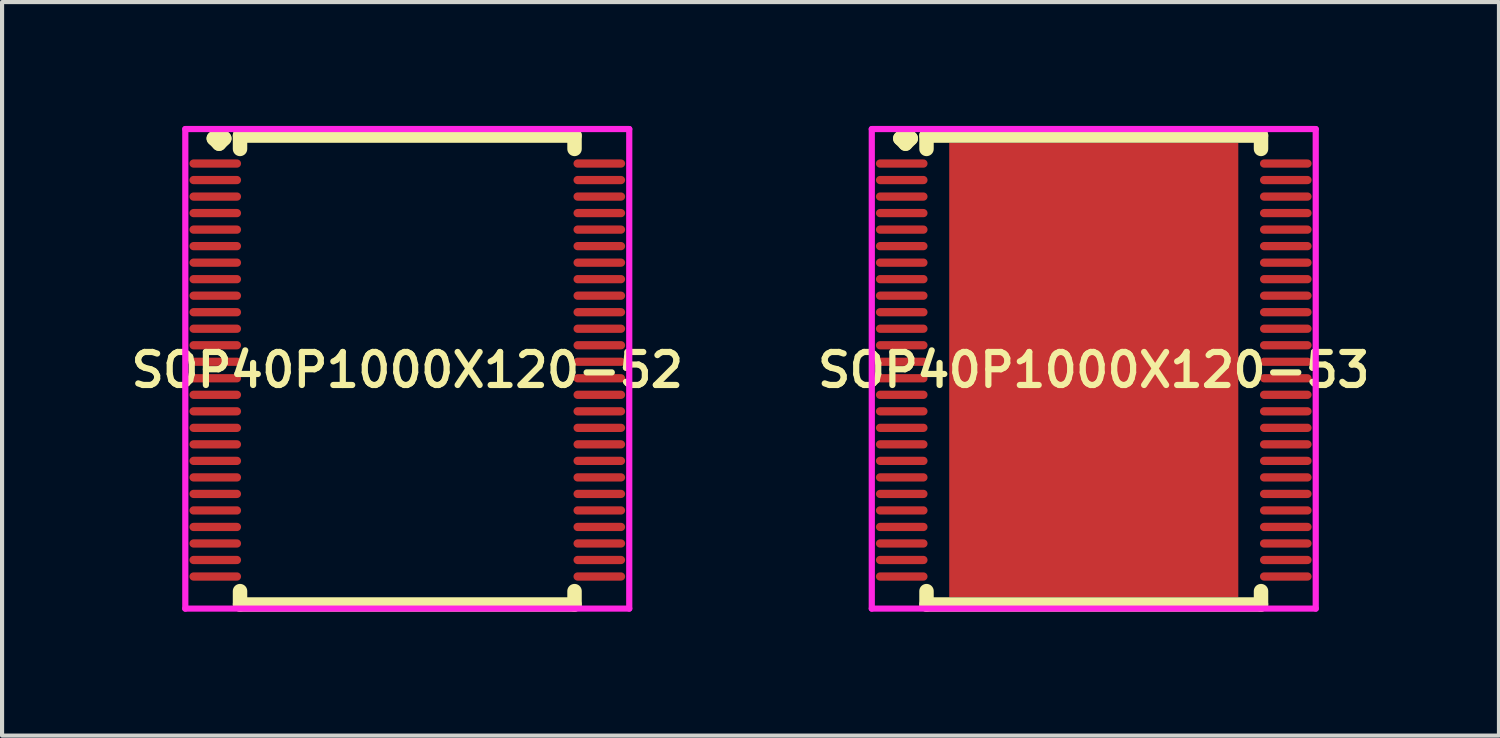
<source format=kicad_pcb>
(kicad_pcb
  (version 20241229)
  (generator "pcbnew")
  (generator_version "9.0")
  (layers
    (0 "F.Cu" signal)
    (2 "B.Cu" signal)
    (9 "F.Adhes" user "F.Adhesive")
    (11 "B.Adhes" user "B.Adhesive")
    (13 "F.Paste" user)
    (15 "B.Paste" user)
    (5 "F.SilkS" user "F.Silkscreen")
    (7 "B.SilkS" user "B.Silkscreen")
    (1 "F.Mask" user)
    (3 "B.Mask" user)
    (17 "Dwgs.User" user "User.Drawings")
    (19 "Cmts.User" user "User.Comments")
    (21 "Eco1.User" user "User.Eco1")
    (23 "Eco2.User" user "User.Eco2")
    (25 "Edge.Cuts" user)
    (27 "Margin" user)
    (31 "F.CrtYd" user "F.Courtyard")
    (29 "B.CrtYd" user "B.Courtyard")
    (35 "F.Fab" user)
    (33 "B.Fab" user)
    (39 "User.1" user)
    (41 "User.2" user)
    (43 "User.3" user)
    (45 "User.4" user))
  (footprint "SOP40P1000X120-53"
    (layer "F.Cu")
    (at 23.435 5.91)
    (property "Reference" "SOP40P1000X120-53" (at 0 0 0) (layer "F.SilkS") (effects (font (size 0.8 0.8) (thickness 0.15))))
    (attr smd)
    (fp_line (start -4.685 -5.608) (end -4.558 -5.735) (stroke (width 0.35) (type solid)) (layer "F.SilkS"))
    (fp_line (start -4.558 -5.735) (end -4.431 -5.608) (stroke (width 0.35) (type solid)) (layer "F.SilkS"))
    (fp_line (start -4.558 -5.481) (end -4.685 -5.608) (stroke (width 0.35) (type solid)) (layer "F.SilkS"))
    (fp_line (start -4.431 -5.608) (end -4.558 -5.481) (stroke (width 0.35) (type solid)) (layer "F.SilkS"))
    (fp_line (start -4.05 -5.677) (end 4.05 -5.677) (stroke (width 0.35) (type solid)) (layer "F.SilkS"))
    (fp_line (start -4.05 -5.354) (end -4.05 -5.677) (stroke (width 0.35) (type solid)) (layer "F.SilkS"))
    (fp_line (start -4.05 5.354) (end -4.05 5.677) (stroke (width 0.35) (type solid)) (layer "F.SilkS"))
    (fp_line (start -4.05 5.677) (end 4.05 5.677) (stroke (width 0.35) (type solid)) (layer "F.SilkS"))
    (fp_line (start 4.05 -5.677) (end 4.05 -5.354) (stroke (width 0.35) (type solid)) (layer "F.SilkS"))
    (fp_line (start 4.05 5.677) (end 4.05 5.354) (stroke (width 0.35) (type solid)) (layer "F.SilkS"))
    (fp_line (start -5.375 -5.835) (end 5.375 -5.835) (stroke (width 0.15) (type solid)) (layer "F.CrtYd"))
    (fp_line (start -5.375 5.777) (end -5.375 -5.835) (stroke (width 0.15) (type solid)) (layer "F.CrtYd"))
    (fp_line (start 5.375 -5.835) (end 5.375 5.777) (stroke (width 0.15) (type solid)) (layer "F.CrtYd"))
    (fp_line (start 5.375 5.777) (end -5.375 5.777) (stroke (width 0.15) (type solid)) (layer "F.CrtYd"))
    (pad "1" smd oval (at -4.65 -5) (size 1.25 0.2) (layers "F.Cu" "F.Mask" "F.Paste"))
    (pad "2" smd oval (at -4.65 -4.6) (size 1.25 0.2) (layers "F.Cu" "F.Mask" "F.Paste"))
    (pad "3" smd oval (at -4.65 -4.2) (size 1.25 0.2) (layers "F.Cu" "F.Mask" "F.Paste"))
    (pad "4" smd oval (at -4.65 -3.8) (size 1.25 0.2) (layers "F.Cu" "F.Mask" "F.Paste"))
    (pad "5" smd oval (at -4.65 -3.4) (size 1.25 0.2) (layers "F.Cu" "F.Mask" "F.Paste"))
    (pad "6" smd oval (at -4.65 -3) (size 1.25 0.2) (layers "F.Cu" "F.Mask" "F.Paste"))
    (pad "7" smd oval (at -4.65 -2.6) (size 1.25 0.2) (layers "F.Cu" "F.Mask" "F.Paste"))
    (pad "8" smd oval (at -4.65 -2.2) (size 1.25 0.2) (layers "F.Cu" "F.Mask" "F.Paste"))
    (pad "9" smd oval (at -4.65 -1.8) (size 1.25 0.2) (layers "F.Cu" "F.Mask" "F.Paste"))
    (pad "10" smd oval (at -4.65 -1.4) (size 1.25 0.2) (layers "F.Cu" "F.Mask" "F.Paste"))
    (pad "11" smd oval (at -4.65 -1) (size 1.25 0.2) (layers "F.Cu" "F.Mask" "F.Paste"))
    (pad "12" smd oval (at -4.65 -0.6) (size 1.25 0.2) (layers "F.Cu" "F.Mask" "F.Paste"))
    (pad "13" smd oval (at -4.65 -0.2) (size 1.25 0.2) (layers "F.Cu" "F.Mask" "F.Paste"))
    (pad "14" smd oval (at -4.65 0.2) (size 1.25 0.2) (layers "F.Cu" "F.Mask" "F.Paste"))
    (pad "15" smd oval (at -4.65 0.6) (size 1.25 0.2) (layers "F.Cu" "F.Mask" "F.Paste"))
    (pad "16" smd oval (at -4.65 1) (size 1.25 0.2) (layers "F.Cu" "F.Mask" "F.Paste"))
    (pad "17" smd oval (at -4.65 1.4) (size 1.25 0.2) (layers "F.Cu" "F.Mask" "F.Paste"))
    (pad "18" smd oval (at -4.65 1.8) (size 1.25 0.2) (layers "F.Cu" "F.Mask" "F.Paste"))
    (pad "19" smd oval (at -4.65 2.2) (size 1.25 0.2) (layers "F.Cu" "F.Mask" "F.Paste"))
    (pad "20" smd oval (at -4.65 2.6) (size 1.25 0.2) (layers "F.Cu" "F.Mask" "F.Paste"))
    (pad "21" smd oval (at -4.65 3) (size 1.25 0.2) (layers "F.Cu" "F.Mask" "F.Paste"))
    (pad "22" smd oval (at -4.65 3.4) (size 1.25 0.2) (layers "F.Cu" "F.Mask" "F.Paste"))
    (pad "23" smd oval (at -4.65 3.8) (size 1.25 0.2) (layers "F.Cu" "F.Mask" "F.Paste"))
    (pad "24" smd oval (at -4.65 4.2) (size 1.25 0.2) (layers "F.Cu" "F.Mask" "F.Paste"))
    (pad "25" smd oval (at -4.65 4.6) (size 1.25 0.2) (layers "F.Cu" "F.Mask" "F.Paste"))
    (pad "26" smd oval (at -4.65 5) (size 1.25 0.2) (layers "F.Cu" "F.Mask" "F.Paste"))
    (pad "27" smd oval (at 4.65 5) (size 1.25 0.2) (layers "F.Cu" "F.Mask" "F.Paste"))
    (pad "28" smd oval (at 4.65 4.6) (size 1.25 0.2) (layers "F.Cu" "F.Mask" "F.Paste"))
    (pad "29" smd oval (at 4.65 4.2) (size 1.25 0.2) (layers "F.Cu" "F.Mask" "F.Paste"))
    (pad "30" smd oval (at 4.65 3.8) (size 1.25 0.2) (layers "F.Cu" "F.Mask" "F.Paste"))
    (pad "31" smd oval (at 4.65 3.4) (size 1.25 0.2) (layers "F.Cu" "F.Mask" "F.Paste"))
    (pad "32" smd oval (at 4.65 3) (size 1.25 0.2) (layers "F.Cu" "F.Mask" "F.Paste"))
    (pad "33" smd oval (at 4.65 2.6) (size 1.25 0.2) (layers "F.Cu" "F.Mask" "F.Paste"))
    (pad "34" smd oval (at 4.65 2.2) (size 1.25 0.2) (layers "F.Cu" "F.Mask" "F.Paste"))
    (pad "35" smd oval (at 4.65 1.8) (size 1.25 0.2) (layers "F.Cu" "F.Mask" "F.Paste"))
    (pad "36" smd oval (at 4.65 1.4) (size 1.25 0.2) (layers "F.Cu" "F.Mask" "F.Paste"))
    (pad "37" smd oval (at 4.65 1) (size 1.25 0.2) (layers "F.Cu" "F.Mask" "F.Paste"))
    (pad "38" smd oval (at 4.65 0.6) (size 1.25 0.2) (layers "F.Cu" "F.Mask" "F.Paste"))
    (pad "39" smd oval (at 4.65 0.2) (size 1.25 0.2) (layers "F.Cu" "F.Mask" "F.Paste"))
    (pad "40" smd oval (at 4.65 -0.2) (size 1.25 0.2) (layers "F.Cu" "F.Mask" "F.Paste"))
    (pad "41" smd oval (at 4.65 -0.6) (size 1.25 0.2) (layers "F.Cu" "F.Mask" "F.Paste"))
    (pad "42" smd oval (at 4.65 -1) (size 1.25 0.2) (layers "F.Cu" "F.Mask" "F.Paste"))
    (pad "43" smd oval (at 4.65 -1.4) (size 1.25 0.2) (layers "F.Cu" "F.Mask" "F.Paste"))
    (pad "44" smd oval (at 4.65 -1.8) (size 1.25 0.2) (layers "F.Cu" "F.Mask" "F.Paste"))
    (pad "45" smd oval (at 4.65 -2.2) (size 1.25 0.2) (layers "F.Cu" "F.Mask" "F.Paste"))
    (pad "46" smd oval (at 4.65 -2.6) (size 1.25 0.2) (layers "F.Cu" "F.Mask" "F.Paste"))
    (pad "47" smd oval (at 4.65 -3) (size 1.25 0.2) (layers "F.Cu" "F.Mask" "F.Paste"))
    (pad "48" smd oval (at 4.65 -3.4) (size 1.25 0.2) (layers "F.Cu" "F.Mask" "F.Paste"))
    (pad "49" smd oval (at 4.65 -3.8) (size 1.25 0.2) (layers "F.Cu" "F.Mask" "F.Paste"))
    (pad "50" smd oval (at 4.65 -4.2) (size 1.25 0.2) (layers "F.Cu" "F.Mask" "F.Paste"))
    (pad "51" smd oval (at 4.65 -4.6) (size 1.25 0.2) (layers "F.Cu" "F.Mask" "F.Paste"))
    (pad "52" smd oval (at 4.65 -5) (size 1.25 0.2) (layers "F.Cu" "F.Mask" "F.Paste"))
    (pad "53" smd rect (at 0 0) (size 7 11) (layers "F.Cu" "F.Mask" "F.Paste")))
  (footprint "SOP40P1000X120-52"
    (layer "F.Cu")
    (at 6.812 5.91)
    (property "Reference" "SOP40P1000X120-52" (at 0 0 0) (layer "F.SilkS") (effects (font (size 0.8 0.8) (thickness 0.15))))
    (attr smd)
    (fp_line (start -4.685 -5.608) (end -4.558 -5.735) (stroke (width 0.35) (type solid)) (layer "F.SilkS"))
    (fp_line (start -4.558 -5.735) (end -4.431 -5.608) (stroke (width 0.35) (type solid)) (layer "F.SilkS"))
    (fp_line (start -4.558 -5.481) (end -4.685 -5.608) (stroke (width 0.35) (type solid)) (layer "F.SilkS"))
    (fp_line (start -4.431 -5.608) (end -4.558 -5.481) (stroke (width 0.35) (type solid)) (layer "F.SilkS"))
    (fp_line (start -4.05 -5.677) (end 4.05 -5.677) (stroke (width 0.35) (type solid)) (layer "F.SilkS"))
    (fp_line (start -4.05 -5.354) (end -4.05 -5.677) (stroke (width 0.35) (type solid)) (layer "F.SilkS"))
    (fp_line (start -4.05 5.354) (end -4.05 5.677) (stroke (width 0.35) (type solid)) (layer "F.SilkS"))
    (fp_line (start -4.05 5.677) (end 4.05 5.677) (stroke (width 0.35) (type solid)) (layer "F.SilkS"))
    (fp_line (start 4.05 -5.677) (end 4.05 -5.354) (stroke (width 0.35) (type solid)) (layer "F.SilkS"))
    (fp_line (start 4.05 5.677) (end 4.05 5.354) (stroke (width 0.35) (type solid)) (layer "F.SilkS"))
    (fp_line (start -5.375 -5.835) (end 5.375 -5.835) (stroke (width 0.15) (type solid)) (layer "F.CrtYd"))
    (fp_line (start -5.375 5.777) (end -5.375 -5.835) (stroke (width 0.15) (type solid)) (layer "F.CrtYd"))
    (fp_line (start 5.375 -5.835) (end 5.375 5.777) (stroke (width 0.15) (type solid)) (layer "F.CrtYd"))
    (fp_line (start 5.375 5.777) (end -5.375 5.777) (stroke (width 0.15) (type solid)) (layer "F.CrtYd"))
    (pad "1" smd oval (at -4.65 -5) (size 1.25 0.2) (layers "F.Cu" "F.Mask" "F.Paste"))
    (pad "2" smd oval (at -4.65 -4.6) (size 1.25 0.2) (layers "F.Cu" "F.Mask" "F.Paste"))
    (pad "3" smd oval (at -4.65 -4.2) (size 1.25 0.2) (layers "F.Cu" "F.Mask" "F.Paste"))
    (pad "4" smd oval (at -4.65 -3.8) (size 1.25 0.2) (layers "F.Cu" "F.Mask" "F.Paste"))
    (pad "5" smd oval (at -4.65 -3.4) (size 1.25 0.2) (layers "F.Cu" "F.Mask" "F.Paste"))
    (pad "6" smd oval (at -4.65 -3) (size 1.25 0.2) (layers "F.Cu" "F.Mask" "F.Paste"))
    (pad "7" smd oval (at -4.65 -2.6) (size 1.25 0.2) (layers "F.Cu" "F.Mask" "F.Paste"))
    (pad "8" smd oval (at -4.65 -2.2) (size 1.25 0.2) (layers "F.Cu" "F.Mask" "F.Paste"))
    (pad "9" smd oval (at -4.65 -1.8) (size 1.25 0.2) (layers "F.Cu" "F.Mask" "F.Paste"))
    (pad "10" smd oval (at -4.65 -1.4) (size 1.25 0.2) (layers "F.Cu" "F.Mask" "F.Paste"))
    (pad "11" smd oval (at -4.65 -1) (size 1.25 0.2) (layers "F.Cu" "F.Mask" "F.Paste"))
    (pad "12" smd oval (at -4.65 -0.6) (size 1.25 0.2) (layers "F.Cu" "F.Mask" "F.Paste"))
    (pad "13" smd oval (at -4.65 -0.2) (size 1.25 0.2) (layers "F.Cu" "F.Mask" "F.Paste"))
    (pad "14" smd oval (at -4.65 0.2) (size 1.25 0.2) (layers "F.Cu" "F.Mask" "F.Paste"))
    (pad "15" smd oval (at -4.65 0.6) (size 1.25 0.2) (layers "F.Cu" "F.Mask" "F.Paste"))
    (pad "16" smd oval (at -4.65 1) (size 1.25 0.2) (layers "F.Cu" "F.Mask" "F.Paste"))
    (pad "17" smd oval (at -4.65 1.4) (size 1.25 0.2) (layers "F.Cu" "F.Mask" "F.Paste"))
    (pad "18" smd oval (at -4.65 1.8) (size 1.25 0.2) (layers "F.Cu" "F.Mask" "F.Paste"))
    (pad "19" smd oval (at -4.65 2.2) (size 1.25 0.2) (layers "F.Cu" "F.Mask" "F.Paste"))
    (pad "20" smd oval (at -4.65 2.6) (size 1.25 0.2) (layers "F.Cu" "F.Mask" "F.Paste"))
    (pad "21" smd oval (at -4.65 3) (size 1.25 0.2) (layers "F.Cu" "F.Mask" "F.Paste"))
    (pad "22" smd oval (at -4.65 3.4) (size 1.25 0.2) (layers "F.Cu" "F.Mask" "F.Paste"))
    (pad "23" smd oval (at -4.65 3.8) (size 1.25 0.2) (layers "F.Cu" "F.Mask" "F.Paste"))
    (pad "24" smd oval (at -4.65 4.2) (size 1.25 0.2) (layers "F.Cu" "F.Mask" "F.Paste"))
    (pad "25" smd oval (at -4.65 4.6) (size 1.25 0.2) (layers "F.Cu" "F.Mask" "F.Paste"))
    (pad "26" smd oval (at -4.65 5) (size 1.25 0.2) (layers "F.Cu" "F.Mask" "F.Paste"))
    (pad "27" smd oval (at 4.65 5) (size 1.25 0.2) (layers "F.Cu" "F.Mask" "F.Paste"))
    (pad "28" smd oval (at 4.65 4.6) (size 1.25 0.2) (layers "F.Cu" "F.Mask" "F.Paste"))
    (pad "29" smd oval (at 4.65 4.2) (size 1.25 0.2) (layers "F.Cu" "F.Mask" "F.Paste"))
    (pad "30" smd oval (at 4.65 3.8) (size 1.25 0.2) (layers "F.Cu" "F.Mask" "F.Paste"))
    (pad "31" smd oval (at 4.65 3.4) (size 1.25 0.2) (layers "F.Cu" "F.Mask" "F.Paste"))
    (pad "32" smd oval (at 4.65 3) (size 1.25 0.2) (layers "F.Cu" "F.Mask" "F.Paste"))
    (pad "33" smd oval (at 4.65 2.6) (size 1.25 0.2) (layers "F.Cu" "F.Mask" "F.Paste"))
    (pad "34" smd oval (at 4.65 2.2) (size 1.25 0.2) (layers "F.Cu" "F.Mask" "F.Paste"))
    (pad "35" smd oval (at 4.65 1.8) (size 1.25 0.2) (layers "F.Cu" "F.Mask" "F.Paste"))
    (pad "36" smd oval (at 4.65 1.4) (size 1.25 0.2) (layers "F.Cu" "F.Mask" "F.Paste"))
    (pad "37" smd oval (at 4.65 1) (size 1.25 0.2) (layers "F.Cu" "F.Mask" "F.Paste"))
    (pad "38" smd oval (at 4.65 0.6) (size 1.25 0.2) (layers "F.Cu" "F.Mask" "F.Paste"))
    (pad "39" smd oval (at 4.65 0.2) (size 1.25 0.2) (layers "F.Cu" "F.Mask" "F.Paste"))
    (pad "40" smd oval (at 4.65 -0.2) (size 1.25 0.2) (layers "F.Cu" "F.Mask" "F.Paste"))
    (pad "41" smd oval (at 4.65 -0.6) (size 1.25 0.2) (layers "F.Cu" "F.Mask" "F.Paste"))
    (pad "42" smd oval (at 4.65 -1) (size 1.25 0.2) (layers "F.Cu" "F.Mask" "F.Paste"))
    (pad "43" smd oval (at 4.65 -1.4) (size 1.25 0.2) (layers "F.Cu" "F.Mask" "F.Paste"))
    (pad "44" smd oval (at 4.65 -1.8) (size 1.25 0.2) (layers "F.Cu" "F.Mask" "F.Paste"))
    (pad "45" smd oval (at 4.65 -2.2) (size 1.25 0.2) (layers "F.Cu" "F.Mask" "F.Paste"))
    (pad "46" smd oval (at 4.65 -2.6) (size 1.25 0.2) (layers "F.Cu" "F.Mask" "F.Paste"))
    (pad "47" smd oval (at 4.65 -3) (size 1.25 0.2) (layers "F.Cu" "F.Mask" "F.Paste"))
    (pad "48" smd oval (at 4.65 -3.4) (size 1.25 0.2) (layers "F.Cu" "F.Mask" "F.Paste"))
    (pad "49" smd oval (at 4.65 -3.8) (size 1.25 0.2) (layers "F.Cu" "F.Mask" "F.Paste"))
    (pad "50" smd oval (at 4.65 -4.2) (size 1.25 0.2) (layers "F.Cu" "F.Mask" "F.Paste"))
    (pad "51" smd oval (at 4.65 -4.6) (size 1.25 0.2) (layers "F.Cu" "F.Mask" "F.Paste"))
    (pad "52" smd oval (at 4.65 -5) (size 1.25 0.2) (layers "F.Cu" "F.Mask" "F.Paste")))
  (gr_rect
    (start -3 -3)
    (end 33.247 14.762)
    (stroke (width 0.1) (type default))
    (fill no)
    (layer "Edge.Cuts")))
</source>
